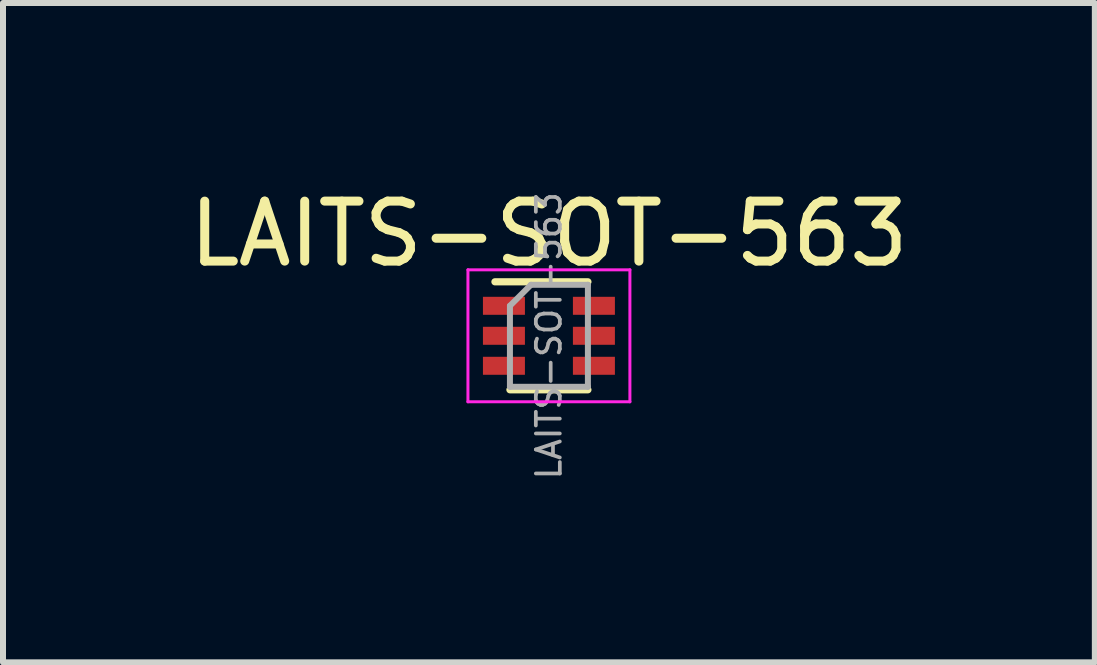
<source format=kicad_pcb>
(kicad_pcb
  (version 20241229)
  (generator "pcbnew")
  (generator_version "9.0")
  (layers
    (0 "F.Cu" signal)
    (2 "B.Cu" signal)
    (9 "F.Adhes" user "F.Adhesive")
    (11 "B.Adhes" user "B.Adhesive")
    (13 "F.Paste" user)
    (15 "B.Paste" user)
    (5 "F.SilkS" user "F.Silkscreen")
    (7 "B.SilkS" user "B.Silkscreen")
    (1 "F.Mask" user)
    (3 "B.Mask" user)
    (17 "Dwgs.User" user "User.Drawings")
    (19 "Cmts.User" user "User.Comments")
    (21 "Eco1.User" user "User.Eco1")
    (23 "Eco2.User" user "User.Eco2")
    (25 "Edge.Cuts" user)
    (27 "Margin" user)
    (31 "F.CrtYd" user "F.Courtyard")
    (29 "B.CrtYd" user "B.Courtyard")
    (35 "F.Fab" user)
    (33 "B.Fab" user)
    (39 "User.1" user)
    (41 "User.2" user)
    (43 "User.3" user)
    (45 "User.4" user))
  (footprint "LAITS-SOT-563"
    (layer "F.Cu")
    (at 6.101 2.548)
    (property "Reference" "LAITS-SOT-563" (at 0 -1.7 0) (layer "F.SilkS") (effects (font (size 1 1) (thickness 0.15))))
    (attr smd)
    (fp_line (start -0.9 -0.9) (end 0.65 -0.9) (stroke (width 0.12) (type solid)) (layer "F.SilkS"))
    (fp_line (start 0.65 0.9) (end -0.65 0.9) (stroke (width 0.12) (type solid)) (layer "F.SilkS"))
    (fp_line (start -1.35 -1.1) (end -1.35 1.1) (stroke (width 0.05) (type solid)) (layer "F.CrtYd"))
    (fp_line (start -1.35 -1.1) (end 1.35 -1.1) (stroke (width 0.05) (type solid)) (layer "F.CrtYd"))
    (fp_line (start 1.35 1.1) (end -1.35 1.1) (stroke (width 0.05) (type solid)) (layer "F.CrtYd"))
    (fp_line (start 1.35 1.1) (end 1.35 -1.1) (stroke (width 0.05) (type solid)) (layer "F.CrtYd"))
    (fp_line (start -0.65 -0.5) (end -0.65 0.85) (stroke (width 0.1) (type solid)) (layer "F.Fab"))
    (fp_line (start -0.65 -0.5) (end -0.3 -0.85) (stroke (width 0.1) (type solid)) (layer "F.Fab"))
    (fp_line (start -0.65 0.85) (end 0.65 0.85) (stroke (width 0.1) (type solid)) (layer "F.Fab"))
    (fp_line (start 0.65 -0.85) (end -0.3 -0.85) (stroke (width 0.1) (type solid)) (layer "F.Fab"))
    (fp_line (start 0.65 0.85) (end 0.65 -0.85) (stroke (width 0.1) (type solid)) (layer "F.Fab"))
    (fp_text user "${REFERENCE}" (at 0 0 90) (layer "F.Fab") (effects (font (size 0.4 0.4) (thickness 0.062))))
    (pad "1" smd rect (at -0.75 -0.5) (size 0.7 0.3) (layers "F.Cu" "F.Mask" "F.Paste"))
    (pad "2" smd rect (at -0.75 0) (size 0.7 0.3) (layers "F.Cu" "F.Mask" "F.Paste"))
    (pad "3" smd rect (at -0.75 0.5) (size 0.7 0.3) (layers "F.Cu" "F.Mask" "F.Paste"))
    (pad "4" smd rect (at 0.75 0.5) (size 0.7 0.3) (layers "F.Cu" "F.Mask" "F.Paste"))
    (pad "5" smd rect (at 0.75 0) (size 0.7 0.3) (layers "F.Cu" "F.Mask" "F.Paste"))
    (pad "6" smd rect (at 0.75 -0.5) (size 0.7 0.3) (layers "F.Cu" "F.Mask" "F.Paste")))
  (gr_rect
    (start -3 -3)
    (end 15.202 7.992)
    (stroke (width 0.1) (type default))
    (fill no)
    (layer "Edge.Cuts")))
</source>
